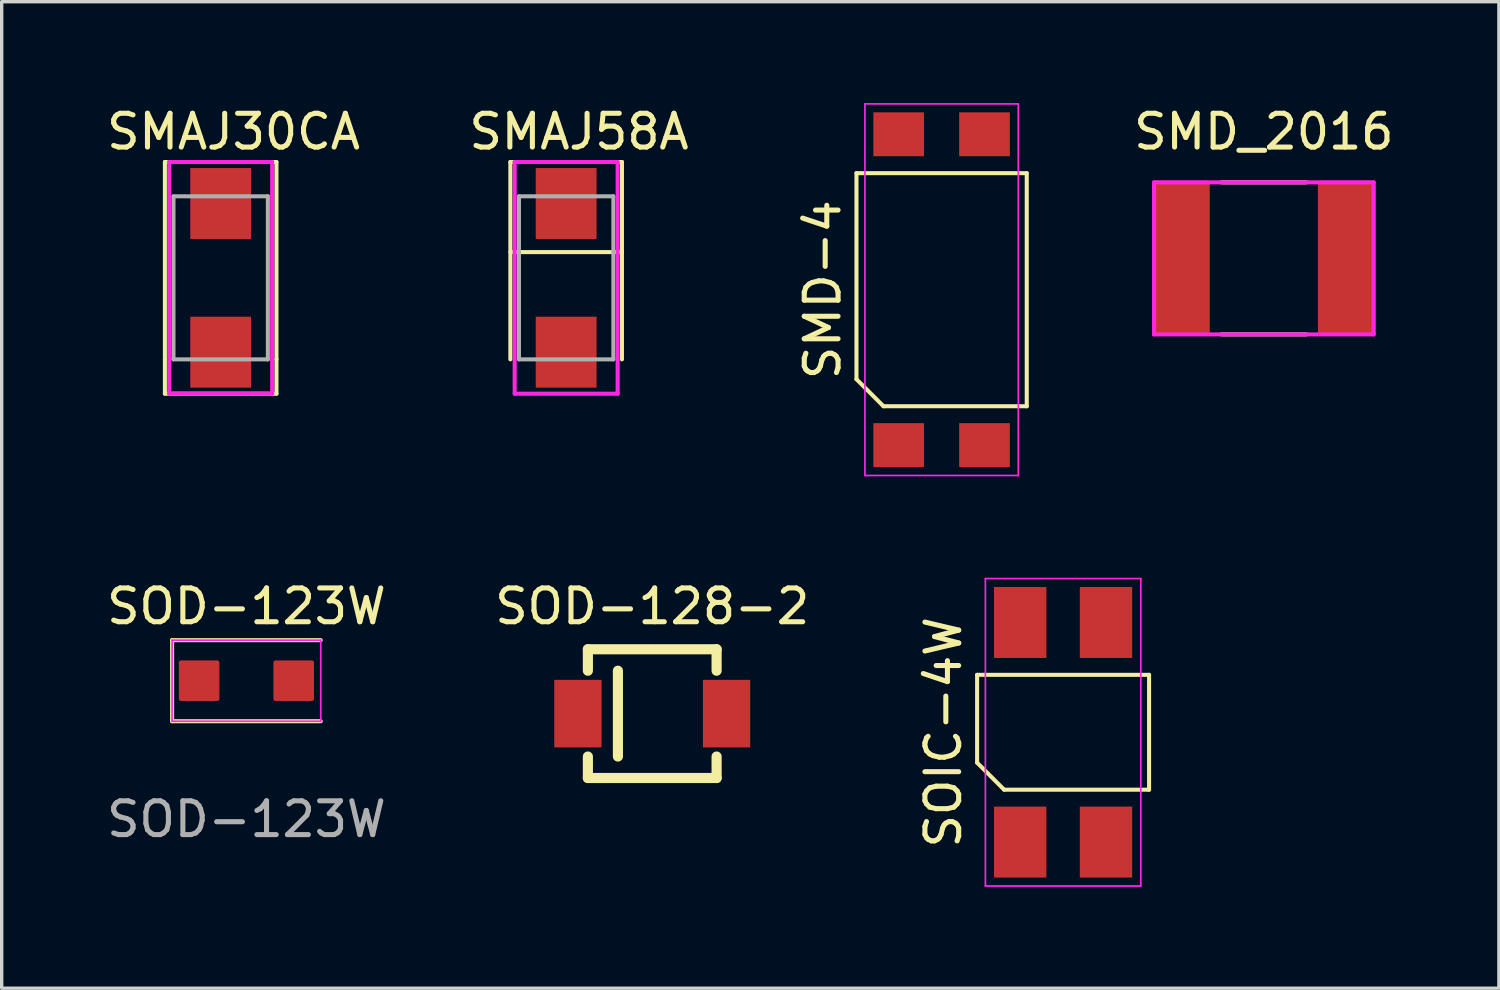
<source format=kicad_pcb>
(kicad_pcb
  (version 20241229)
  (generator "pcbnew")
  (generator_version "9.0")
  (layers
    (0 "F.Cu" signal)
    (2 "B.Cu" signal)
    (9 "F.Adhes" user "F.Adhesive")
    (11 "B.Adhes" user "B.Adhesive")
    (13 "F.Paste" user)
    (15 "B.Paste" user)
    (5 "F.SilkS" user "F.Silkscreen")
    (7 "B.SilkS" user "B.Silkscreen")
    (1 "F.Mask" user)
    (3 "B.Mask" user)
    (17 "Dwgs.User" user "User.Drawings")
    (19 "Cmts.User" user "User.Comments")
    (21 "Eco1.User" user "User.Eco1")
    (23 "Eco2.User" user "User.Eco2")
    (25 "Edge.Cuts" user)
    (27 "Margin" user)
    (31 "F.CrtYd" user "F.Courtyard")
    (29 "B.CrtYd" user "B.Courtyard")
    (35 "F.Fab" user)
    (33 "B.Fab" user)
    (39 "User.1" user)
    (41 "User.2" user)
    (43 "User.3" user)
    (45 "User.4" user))
  (footprint "SOD-123W"
    (layer "F.Cu")
    (at 4.244 17.098)
    (property "Reference" "SOD-123W" (at 0 -2.2 0) (unlocked yes) (layer "F.SilkS") (effects (font (size 1 1) (thickness 0.15))))
    (attr smd)
    (fp_line (start -2.2 -1.2) (end -2.2 1.2) (stroke (width 0.12) (type default)) (layer "F.SilkS"))
    (fp_line (start -2.2 1.2) (end 2.2 1.2) (stroke (width 0.12) (type default)) (layer "F.SilkS"))
    (fp_line (start 2.2 -1.2) (end -2.2 -1.2) (stroke (width 0.12) (type default)) (layer "F.SilkS"))
    (fp_line (start -2.2 -1.2) (end -2.2 1.2) (stroke (width 0.05) (type default)) (layer "F.CrtYd"))
    (fp_line (start -2.2 1.2) (end 2.2 1.2) (stroke (width 0.05) (type default)) (layer "F.CrtYd"))
    (fp_line (start 2.2 -1.2) (end -2.2 -1.2) (stroke (width 0.05) (type default)) (layer "F.CrtYd"))
    (fp_line (start 2.2 1.2) (end 2.2 -1.2) (stroke (width 0.05) (type default)) (layer "F.CrtYd"))
    (fp_text user "${REFERENCE}" (at 0 4.1 0) (unlocked yes) (layer "F.Fab") (effects (font (size 1 1) (thickness 0.15))))
    (pad "1" smd roundrect (at -1.4 0 180) (size 1.2 1.2) (layers "F.Cu" "F.Mask" "F.Paste") (roundrect_rratio 0.05))
    (pad "2" smd roundrect (at 1.4 0 180) (size 1.2 1.2) (layers "F.Cu" "F.Mask" "F.Paste") (roundrect_rratio 0.05)))
  (footprint "SOIC-4W"
    (layer "F.Cu")
    (at 28.417 18.625)
    (property "Reference" "SOIC-4W" (at -3.545 0 90) (layer "F.SilkS") (effects (font (size 1 1) (thickness 0.15))))
    (attr smd)
    (fp_line (start -2.545 -1.7) (end 2.545 -1.7) (stroke (width 0.12) (type solid)) (layer "F.SilkS"))
    (fp_line (start -2.545 0.9) (end -2.545 -1.7) (stroke (width 0.12) (type solid)) (layer "F.SilkS"))
    (fp_line (start -1.745 1.7) (end -2.545 0.9) (stroke (width 0.12) (type solid)) (layer "F.SilkS"))
    (fp_line (start 2.545 -1.7) (end 2.545 1.7) (stroke (width 0.12) (type solid)) (layer "F.SilkS"))
    (fp_line (start 2.545 1.7) (end -1.745 1.7) (stroke (width 0.12) (type solid)) (layer "F.SilkS"))
    (fp_line (start -2.3 -4.55) (end 2.3 -4.55) (stroke (width 0.05) (type solid)) (layer "F.CrtYd"))
    (fp_line (start -2.3 4.55) (end -2.3 -4.55) (stroke (width 0.05) (type solid)) (layer "F.CrtYd"))
    (fp_line (start 2.3 -4.55) (end 2.3 4.55) (stroke (width 0.05) (type solid)) (layer "F.CrtYd"))
    (fp_line (start 2.3 4.55) (end -2.3 4.55) (stroke (width 0.05) (type solid)) (layer "F.CrtYd"))
    (pad "1" smd rect (at -1.27 3.25) (size 1.55 2.1) (layers "F.Cu" "F.Mask" "F.Paste"))
    (pad "2" smd rect (at 1.27 3.25) (size 1.55 2.1) (layers "F.Cu" "F.Mask" "F.Paste"))
    (pad "3" smd rect (at 1.27 -3.25) (size 1.55 2.1) (layers "F.Cu" "F.Mask" "F.Paste"))
    (pad "4" smd rect (at -1.27 -3.25) (size 1.55 2.1) (layers "F.Cu" "F.Mask" "F.Paste")))
  (footprint "SMD_2016"
    (layer "F.Cu")
    (at 34.359 4.598)
    (property "Reference" "SMD_2016" (at 0 -3.75 0) (unlocked yes) (layer "F.SilkS") (effects (font (size 1 1) (thickness 0.15))))
    (attr smd)
    (fp_line (start -1.25 -2.25) (end 1.25 -2.25) (stroke (width 0.12) (type default)) (layer "F.SilkS"))
    (fp_line (start -1.25 2.25) (end 1.25 2.25) (stroke (width 0.12) (type default)) (layer "F.SilkS"))
    (fp_line (start -3.25 -2.25) (end 3.25 -2.25) (stroke (width 0.12) (type default)) (layer "F.CrtYd"))
    (fp_line (start -3.25 2.25) (end -3.25 -2.25) (stroke (width 0.12) (type default)) (layer "F.CrtYd"))
    (fp_line (start 3.25 -2.25) (end 3.25 2.25) (stroke (width 0.12) (type default)) (layer "F.CrtYd"))
    (fp_line (start 3.25 2.25) (end -3.25 2.25) (stroke (width 0.12) (type default)) (layer "F.CrtYd"))
    (pad "1" smd roundrect (at -2.45 0) (size 1.7 4.6) (layers "F.Cu" "F.Mask" "F.Paste") (roundrect_rratio 0.033))
    (pad "2" smd roundrect (at 2.45 0) (size 1.7 4.6) (layers "F.Cu" "F.Mask" "F.Paste") (roundrect_rratio 0.033)))
  (footprint "SMAJ58A"
    (layer "F.Cu")
    (at 13.708 5.174)
    (property "Reference" "SMAJ58A" (at 0.381 -4.326 0) (layer "F.SilkS") (effects (font (size 1 1) (thickness 0.15))))
    (attr through_hole)
    (fp_line (start -1.651 -3.429) (end 1.651 -3.429) (stroke (width 0.12) (type solid)) (layer "F.SilkS"))
    (fp_line (start -1.651 -0.762) (end 1.651 -0.762) (stroke (width 0.12) (type solid)) (layer "F.SilkS"))
    (fp_line (start -1.651 2.413) (end -1.651 -3.429) (stroke (width 0.12) (type solid)) (layer "F.SilkS"))
    (fp_line (start 1.651 -3.429) (end 1.651 2.413) (stroke (width 0.12) (type solid)) (layer "F.SilkS"))
    (fp_line (start -1.524 -3.429) (end -1.524 3.429) (stroke (width 0.12) (type solid)) (layer "F.CrtYd"))
    (fp_line (start -1.524 3.429) (end 1.524 3.429) (stroke (width 0.12) (type solid)) (layer "F.CrtYd"))
    (fp_line (start 1.524 -3.429) (end -1.524 -3.429) (stroke (width 0.12) (type solid)) (layer "F.CrtYd"))
    (fp_line (start 1.524 3.429) (end 1.524 -3.429) (stroke (width 0.12) (type solid)) (layer "F.CrtYd"))
    (fp_line (start -1.397 -2.413) (end 1.397 -2.413) (stroke (width 0.12) (type solid)) (layer "F.Fab"))
    (fp_line (start -1.397 2.413) (end -1.397 -2.413) (stroke (width 0.12) (type solid)) (layer "F.Fab"))
    (fp_line (start 1.397 -2.413) (end 1.397 2.413) (stroke (width 0.12) (type solid)) (layer "F.Fab"))
    (fp_line (start 1.397 2.413) (end -1.397 2.413) (stroke (width 0.12) (type solid)) (layer "F.Fab"))
    (pad "1" smd rect (at 0 -2.2) (size 1.8 2.1) (layers "F.Cu" "F.Mask" "F.Paste"))
    (pad "2" smd rect (at 0 2.2) (size 1.8 2.1) (layers "F.Cu" "F.Mask" "F.Paste")))
  (footprint "SMD-4"
    (layer "F.Cu")
    (at 24.821 5.525)
    (property "Reference" "SMD-4" (at -3.52 0 90) (layer "F.SilkS") (effects (font (size 1 1) (thickness 0.15))))
    (attr smd)
    (fp_line (start -2.52 -3.45) (end 2.52 -3.45) (stroke (width 0.12) (type solid)) (layer "F.SilkS"))
    (fp_line (start -2.52 2.65) (end -2.52 -3.45) (stroke (width 0.12) (type solid)) (layer "F.SilkS"))
    (fp_line (start -1.72 3.45) (end -2.52 2.65) (stroke (width 0.12) (type solid)) (layer "F.SilkS"))
    (fp_line (start 2.52 -3.45) (end 2.52 3.45) (stroke (width 0.12) (type solid)) (layer "F.SilkS"))
    (fp_line (start 2.52 3.45) (end -1.72 3.45) (stroke (width 0.12) (type solid)) (layer "F.SilkS"))
    (fp_line (start -2.27 -5.5) (end 2.27 -5.5) (stroke (width 0.05) (type solid)) (layer "F.CrtYd"))
    (fp_line (start -2.27 5.5) (end -2.27 -5.5) (stroke (width 0.05) (type solid)) (layer "F.CrtYd"))
    (fp_line (start 2.27 -5.5) (end 2.27 5.5) (stroke (width 0.05) (type solid)) (layer "F.CrtYd"))
    (fp_line (start 2.27 5.5) (end -2.27 5.5) (stroke (width 0.05) (type solid)) (layer "F.CrtYd"))
    (pad "1" smd rect (at -1.27 4.6) (size 1.5 1.3) (layers "F.Cu" "F.Mask" "F.Paste"))
    (pad "2" smd rect (at 1.27 4.6) (size 1.5 1.3) (layers "F.Cu" "F.Mask" "F.Paste"))
    (pad "3" smd rect (at 1.27 -4.6) (size 1.5 1.3) (layers "F.Cu" "F.Mask" "F.Paste"))
    (pad "4" smd rect (at -1.27 -4.6) (size 1.5 1.3) (layers "F.Cu" "F.Mask" "F.Paste")))
  (footprint "SMAJ30CA"
    (layer "F.Cu")
    (at 3.482 5.174)
    (property "Reference" "SMAJ30CA" (at 0.381 -4.326 0) (layer "F.SilkS") (effects (font (size 1 1) (thickness 0.15))))
    (attr through_hole)
    (fp_line (start -1.651 -3.429) (end 1.651 -3.429) (stroke (width 0.12) (type solid)) (layer "F.SilkS"))
    (fp_line (start -1.651 2.413) (end -1.651 -3.429) (stroke (width 0.12) (type solid)) (layer "F.SilkS"))
    (fp_line (start -1.651 2.413) (end -1.651 3.429) (stroke (width 0.12) (type solid)) (layer "F.SilkS"))
    (fp_line (start -1.651 3.429) (end 1.524 3.429) (stroke (width 0.12) (type solid)) (layer "F.SilkS"))
    (fp_line (start 1.524 3.429) (end 1.651 3.429) (stroke (width 0.12) (type solid)) (layer "F.SilkS"))
    (fp_line (start 1.651 -3.429) (end 1.651 2.413) (stroke (width 0.12) (type solid)) (layer "F.SilkS"))
    (fp_line (start 1.651 3.429) (end 1.651 2.413) (stroke (width 0.12) (type solid)) (layer "F.SilkS"))
    (fp_line (start -1.524 -3.429) (end -1.524 3.429) (stroke (width 0.12) (type solid)) (layer "F.CrtYd"))
    (fp_line (start -1.524 3.429) (end 1.524 3.429) (stroke (width 0.12) (type solid)) (layer "F.CrtYd"))
    (fp_line (start 1.524 -3.429) (end -1.524 -3.429) (stroke (width 0.12) (type solid)) (layer "F.CrtYd"))
    (fp_line (start 1.524 3.429) (end 1.524 -3.429) (stroke (width 0.12) (type solid)) (layer "F.CrtYd"))
    (fp_line (start -1.397 -2.413) (end 1.397 -2.413) (stroke (width 0.12) (type solid)) (layer "F.Fab"))
    (fp_line (start -1.397 2.413) (end -1.397 -2.413) (stroke (width 0.12) (type solid)) (layer "F.Fab"))
    (fp_line (start 1.397 -2.413) (end 1.397 2.413) (stroke (width 0.12) (type solid)) (layer "F.Fab"))
    (fp_line (start 1.397 2.413) (end -1.397 2.413) (stroke (width 0.12) (type solid)) (layer "F.Fab"))
    (pad "1" smd rect (at 0 -2.2) (size 1.8 2.1) (layers "F.Cu" "F.Mask" "F.Paste"))
    (pad "2" smd rect (at 0 2.2) (size 1.8 2.1) (layers "F.Cu" "F.Mask" "F.Paste")))
  (footprint "SOD-128-2"
    (layer "F.Cu")
    (at 16.256 18.073)
    (property "Reference" "SOD-128-2" (at 0 -3.175 0) (layer "F.SilkS") (effects (font (size 1 1) (thickness 0.15))))
    (attr through_hole)
    (fp_line (start -1.905 -1.905) (end 1.905 -1.905) (stroke (width 0.3) (type solid)) (layer "F.SilkS"))
    (fp_line (start -1.905 -1.27) (end -1.905 -1.905) (stroke (width 0.3) (type solid)) (layer "F.SilkS"))
    (fp_line (start -1.905 1.27) (end -1.905 1.905) (stroke (width 0.3) (type solid)) (layer "F.SilkS"))
    (fp_line (start -1.905 1.905) (end 1.905 1.905) (stroke (width 0.3) (type solid)) (layer "F.SilkS"))
    (fp_line (start -1.016 1.27) (end -1.016 -1.27) (stroke (width 0.3) (type solid)) (layer "F.SilkS"))
    (fp_line (start 1.905 -1.905) (end 1.905 -1.27) (stroke (width 0.3) (type solid)) (layer "F.SilkS"))
    (fp_line (start 1.905 1.905) (end 1.905 1.27) (stroke (width 0.3) (type solid)) (layer "F.SilkS"))
    (pad "1" smd rect (at -2.2 0 90) (size 2 1.4) (layers "F.Cu" "F.Mask" "F.Paste"))
    (pad "2" smd rect (at 2.2 0 90) (size 2 1.4) (layers "F.Cu" "F.Mask" "F.Paste")))
  (gr_rect
    (start -3 -3)
    (end 41.317 26.2)
    (stroke (width 0.1) (type default))
    (fill no)
    (layer "Edge.Cuts")))
</source>
